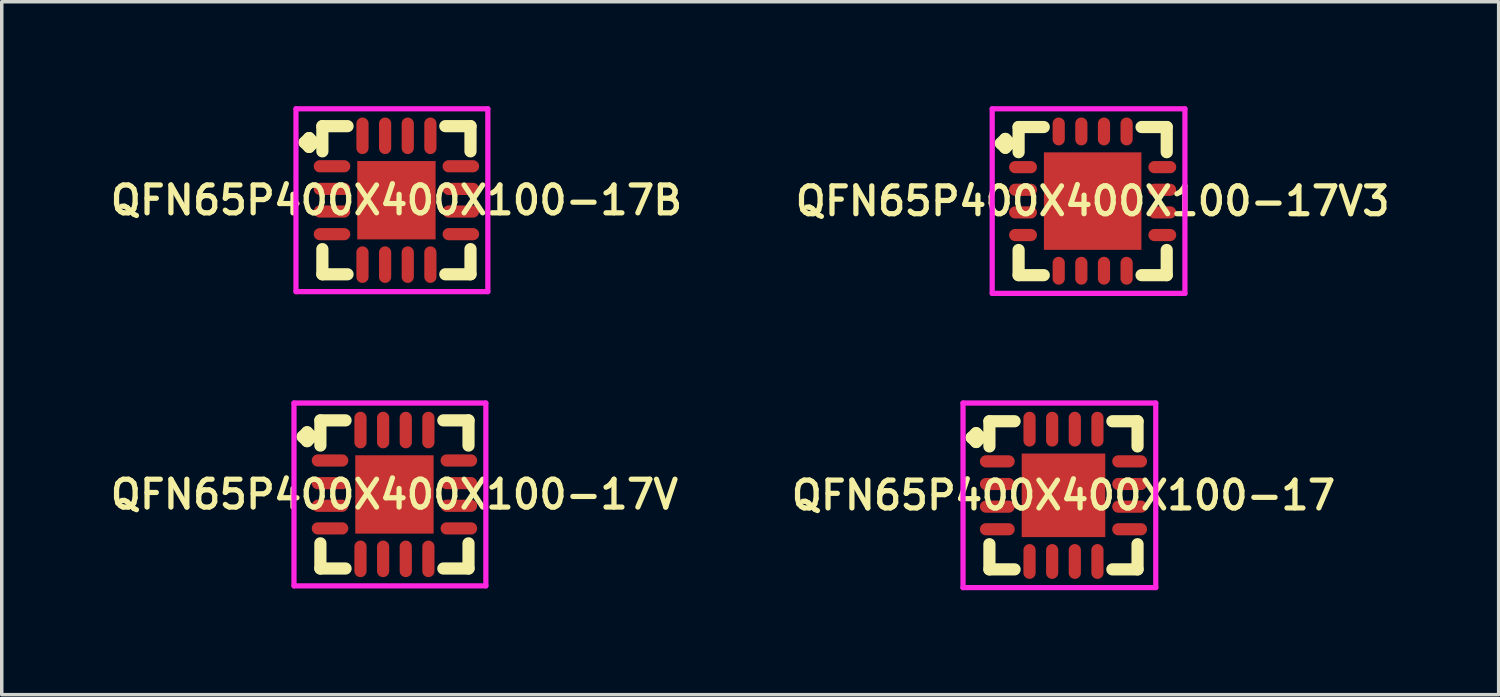
<source format=kicad_pcb>
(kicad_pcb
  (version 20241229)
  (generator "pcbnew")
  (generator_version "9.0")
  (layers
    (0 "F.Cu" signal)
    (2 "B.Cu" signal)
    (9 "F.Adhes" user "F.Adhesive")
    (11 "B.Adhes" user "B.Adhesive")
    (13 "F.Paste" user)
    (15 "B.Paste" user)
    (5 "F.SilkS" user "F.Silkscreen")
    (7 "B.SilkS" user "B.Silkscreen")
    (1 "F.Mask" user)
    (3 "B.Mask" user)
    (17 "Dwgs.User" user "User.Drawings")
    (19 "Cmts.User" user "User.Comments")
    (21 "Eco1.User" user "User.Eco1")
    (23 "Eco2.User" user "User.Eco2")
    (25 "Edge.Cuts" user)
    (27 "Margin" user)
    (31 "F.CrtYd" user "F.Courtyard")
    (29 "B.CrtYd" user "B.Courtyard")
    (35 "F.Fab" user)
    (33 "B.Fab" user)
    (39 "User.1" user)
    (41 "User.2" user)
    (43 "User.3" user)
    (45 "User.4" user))
  (footprint "QFN65P400X400X100-17V"
    (layer "F.Cu")
    (at 8.278 11.15)
    (property "Reference" "QFN65P400X400X100-17V" (at 0 0 0) (layer "F.SilkS") (effects (font (size 0.8 0.8) (thickness 0.15))))
    (attr smd)
    (fp_line (start -2.635 -1.658) (end -2.508 -1.785) (stroke (width 0.35) (type solid)) (layer "F.SilkS"))
    (fp_line (start -2.508 -1.785) (end -2.381 -1.658) (stroke (width 0.35) (type solid)) (layer "F.SilkS"))
    (fp_line (start -2.508 -1.531) (end -2.635 -1.658) (stroke (width 0.35) (type solid)) (layer "F.SilkS"))
    (fp_line (start -2.381 -1.658) (end -2.508 -1.531) (stroke (width 0.35) (type solid)) (layer "F.SilkS"))
    (fp_line (start -2.127 -2.127) (end -1.404 -2.127) (stroke (width 0.35) (type solid)) (layer "F.SilkS"))
    (fp_line (start -2.127 -1.404) (end -2.127 -2.127) (stroke (width 0.35) (type solid)) (layer "F.SilkS"))
    (fp_line (start -2.127 1.404) (end -2.127 2.127) (stroke (width 0.35) (type solid)) (layer "F.SilkS"))
    (fp_line (start -2.127 2.127) (end -1.404 2.127) (stroke (width 0.35) (type solid)) (layer "F.SilkS"))
    (fp_line (start 1.404 -2.127) (end 2.127 -2.127) (stroke (width 0.35) (type solid)) (layer "F.SilkS"))
    (fp_line (start 1.404 2.127) (end 2.127 2.127) (stroke (width 0.35) (type solid)) (layer "F.SilkS"))
    (fp_line (start 2.127 -2.127) (end 2.127 -1.404) (stroke (width 0.35) (type solid)) (layer "F.SilkS"))
    (fp_line (start 2.127 2.127) (end 2.127 1.404) (stroke (width 0.35) (type solid)) (layer "F.SilkS"))
    (fp_line (start -2.885 -2.625) (end 2.625 -2.625) (stroke (width 0.15) (type solid)) (layer "F.CrtYd"))
    (fp_line (start -2.885 2.625) (end -2.885 -2.625) (stroke (width 0.15) (type solid)) (layer "F.CrtYd"))
    (fp_line (start 2.625 -2.625) (end 2.625 2.625) (stroke (width 0.15) (type solid)) (layer "F.CrtYd"))
    (fp_line (start 2.625 2.625) (end -2.885 2.625) (stroke (width 0.15) (type solid)) (layer "F.CrtYd"))
    (pad "1" smd oval (at -1.85 -0.975) (size 1.05 0.35) (layers "F.Cu" "F.Mask" "F.Paste"))
    (pad "2" smd oval (at -1.85 -0.325) (size 1.05 0.35) (layers "F.Cu" "F.Mask" "F.Paste"))
    (pad "3" smd oval (at -1.85 0.325) (size 1.05 0.35) (layers "F.Cu" "F.Mask" "F.Paste"))
    (pad "4" smd oval (at -1.85 0.975) (size 1.05 0.35) (layers "F.Cu" "F.Mask" "F.Paste"))
    (pad "5" smd oval (at -0.975 1.85) (size 0.35 1.05) (layers "F.Cu" "F.Mask" "F.Paste"))
    (pad "6" smd oval (at -0.325 1.85) (size 0.35 1.05) (layers "F.Cu" "F.Mask" "F.Paste"))
    (pad "7" smd oval (at 0.325 1.85) (size 0.35 1.05) (layers "F.Cu" "F.Mask" "F.Paste"))
    (pad "8" smd oval (at 0.975 1.85) (size 0.35 1.05) (layers "F.Cu" "F.Mask" "F.Paste"))
    (pad "9" smd oval (at 1.85 0.975) (size 1.05 0.35) (layers "F.Cu" "F.Mask" "F.Paste"))
    (pad "10" smd oval (at 1.85 0.325) (size 1.05 0.35) (layers "F.Cu" "F.Mask" "F.Paste"))
    (pad "11" smd oval (at 1.85 -0.325) (size 1.05 0.35) (layers "F.Cu" "F.Mask" "F.Paste"))
    (pad "12" smd oval (at 1.85 -0.975) (size 1.05 0.35) (layers "F.Cu" "F.Mask" "F.Paste"))
    (pad "13" smd oval (at 0.975 -1.85) (size 0.35 1.05) (layers "F.Cu" "F.Mask" "F.Paste"))
    (pad "14" smd oval (at 0.325 -1.85) (size 0.35 1.05) (layers "F.Cu" "F.Mask" "F.Paste"))
    (pad "15" smd oval (at -0.325 -1.85) (size 0.35 1.05) (layers "F.Cu" "F.Mask" "F.Paste"))
    (pad "16" smd oval (at -0.975 -1.85) (size 0.35 1.05) (layers "F.Cu" "F.Mask" "F.Paste"))
    (pad "17" smd rect (at 0 0) (size 2.25 2.25) (layers "F.Cu" "F.Mask" "F.Paste")))
  (footprint "QFN65P400X400X100-17V3"
    (layer "F.Cu")
    (at 28.33 2.725)
    (property "Reference" "QFN65P400X400X100-17V3" (at 0 0 0) (layer "F.SilkS") (effects (font (size 0.8 0.8) (thickness 0.15))))
    (attr through_hole)
    (fp_line (start -2.635 -1.658) (end -2.508 -1.785) (stroke (width 0.35) (type solid)) (layer "F.SilkS"))
    (fp_line (start -2.508 -1.785) (end -2.381 -1.658) (stroke (width 0.35) (type solid)) (layer "F.SilkS"))
    (fp_line (start -2.508 -1.531) (end -2.635 -1.658) (stroke (width 0.35) (type solid)) (layer "F.SilkS"))
    (fp_line (start -2.381 -1.658) (end -2.508 -1.531) (stroke (width 0.35) (type solid)) (layer "F.SilkS"))
    (fp_line (start -2.127 -2.127) (end -1.404 -2.127) (stroke (width 0.35) (type solid)) (layer "F.SilkS"))
    (fp_line (start -2.127 -1.404) (end -2.127 -2.127) (stroke (width 0.35) (type solid)) (layer "F.SilkS"))
    (fp_line (start -2.127 1.404) (end -2.127 2.127) (stroke (width 0.35) (type solid)) (layer "F.SilkS"))
    (fp_line (start -2.127 2.127) (end -1.404 2.127) (stroke (width 0.35) (type solid)) (layer "F.SilkS"))
    (fp_line (start 1.404 -2.127) (end 2.127 -2.127) (stroke (width 0.35) (type solid)) (layer "F.SilkS"))
    (fp_line (start 1.404 2.127) (end 2.127 2.127) (stroke (width 0.35) (type solid)) (layer "F.SilkS"))
    (fp_line (start 2.127 -2.127) (end 2.127 -1.404) (stroke (width 0.35) (type solid)) (layer "F.SilkS"))
    (fp_line (start 2.127 2.127) (end 2.127 1.404) (stroke (width 0.35) (type solid)) (layer "F.SilkS"))
    (fp_line (start -2.885 -2.65) (end 2.65 -2.65) (stroke (width 0.15) (type solid)) (layer "F.CrtYd"))
    (fp_line (start -2.885 2.65) (end -2.885 -2.65) (stroke (width 0.15) (type solid)) (layer "F.CrtYd"))
    (fp_line (start 2.65 -2.65) (end 2.65 2.65) (stroke (width 0.15) (type solid)) (layer "F.CrtYd"))
    (fp_line (start 2.65 2.65) (end -2.885 2.65) (stroke (width 0.15) (type solid)) (layer "F.CrtYd"))
    (pad "1" smd oval (at -2 -0.975) (size 0.8 0.35) (layers "F.Cu" "F.Mask" "F.Paste"))
    (pad "2" smd oval (at -2 -0.325) (size 0.8 0.35) (layers "F.Cu" "F.Mask" "F.Paste"))
    (pad "3" smd oval (at -2 0.325) (size 0.8 0.35) (layers "F.Cu" "F.Mask" "F.Paste"))
    (pad "4" smd oval (at -2 0.975) (size 0.8 0.35) (layers "F.Cu" "F.Mask" "F.Paste"))
    (pad "5" smd oval (at -0.975 2) (size 0.35 0.8) (layers "F.Cu" "F.Mask" "F.Paste"))
    (pad "6" smd oval (at -0.325 2) (size 0.35 0.8) (layers "F.Cu" "F.Mask" "F.Paste"))
    (pad "7" smd oval (at 0.325 2) (size 0.35 0.8) (layers "F.Cu" "F.Mask" "F.Paste"))
    (pad "8" smd oval (at 0.975 2) (size 0.35 0.8) (layers "F.Cu" "F.Mask" "F.Paste"))
    (pad "9" smd oval (at 2 0.975) (size 0.8 0.35) (layers "F.Cu" "F.Mask" "F.Paste"))
    (pad "10" smd oval (at 2 0.325) (size 0.8 0.35) (layers "F.Cu" "F.Mask" "F.Paste"))
    (pad "11" smd oval (at 2 -0.325) (size 0.8 0.35) (layers "F.Cu" "F.Mask" "F.Paste"))
    (pad "12" smd oval (at 2 -0.975) (size 0.8 0.35) (layers "F.Cu" "F.Mask" "F.Paste"))
    (pad "13" smd oval (at 0.975 -2) (size 0.35 0.8) (layers "F.Cu" "F.Mask" "F.Paste"))
    (pad "14" smd oval (at 0.325 -2) (size 0.35 0.8) (layers "F.Cu" "F.Mask" "F.Paste"))
    (pad "15" smd oval (at -0.325 -2) (size 0.35 0.8) (layers "F.Cu" "F.Mask" "F.Paste"))
    (pad "16" smd oval (at -0.975 -2) (size 0.35 0.8) (layers "F.Cu" "F.Mask" "F.Paste"))
    (pad "17" smd rect (at 0 0) (size 2.8 2.8) (layers "F.Cu" "F.Mask" "F.Paste")))
  (footprint "QFN65P400X400X100-17"
    (layer "F.Cu")
    (at 27.492 11.175)
    (property "Reference" "QFN65P400X400X100-17" (at 0 0 0) (layer "F.SilkS") (effects (font (size 0.8 0.8) (thickness 0.15))))
    (attr smd)
    (fp_line (start -2.635 -1.658) (end -2.508 -1.785) (stroke (width 0.35) (type solid)) (layer "F.SilkS"))
    (fp_line (start -2.508 -1.785) (end -2.381 -1.658) (stroke (width 0.35) (type solid)) (layer "F.SilkS"))
    (fp_line (start -2.508 -1.531) (end -2.635 -1.658) (stroke (width 0.35) (type solid)) (layer "F.SilkS"))
    (fp_line (start -2.381 -1.658) (end -2.508 -1.531) (stroke (width 0.35) (type solid)) (layer "F.SilkS"))
    (fp_line (start -2.127 -2.127) (end -1.404 -2.127) (stroke (width 0.35) (type solid)) (layer "F.SilkS"))
    (fp_line (start -2.127 -1.404) (end -2.127 -2.127) (stroke (width 0.35) (type solid)) (layer "F.SilkS"))
    (fp_line (start -2.127 1.404) (end -2.127 2.127) (stroke (width 0.35) (type solid)) (layer "F.SilkS"))
    (fp_line (start -2.127 2.127) (end -1.404 2.127) (stroke (width 0.35) (type solid)) (layer "F.SilkS"))
    (fp_line (start 1.404 -2.127) (end 2.127 -2.127) (stroke (width 0.35) (type solid)) (layer "F.SilkS"))
    (fp_line (start 1.404 2.127) (end 2.127 2.127) (stroke (width 0.35) (type solid)) (layer "F.SilkS"))
    (fp_line (start 2.127 -2.127) (end 2.127 -1.404) (stroke (width 0.35) (type solid)) (layer "F.SilkS"))
    (fp_line (start 2.127 2.127) (end 2.127 1.404) (stroke (width 0.35) (type solid)) (layer "F.SilkS"))
    (fp_line (start -2.885 -2.65) (end 2.65 -2.65) (stroke (width 0.15) (type solid)) (layer "F.CrtYd"))
    (fp_line (start -2.885 2.65) (end -2.885 -2.65) (stroke (width 0.15) (type solid)) (layer "F.CrtYd"))
    (fp_line (start 2.65 -2.65) (end 2.65 2.65) (stroke (width 0.15) (type solid)) (layer "F.CrtYd"))
    (fp_line (start 2.65 2.65) (end -2.885 2.65) (stroke (width 0.15) (type solid)) (layer "F.CrtYd"))
    (pad "1" smd oval (at -1.9 -0.975) (size 1 0.35) (layers "F.Cu" "F.Mask" "F.Paste"))
    (pad "2" smd oval (at -1.9 -0.325) (size 1 0.35) (layers "F.Cu" "F.Mask" "F.Paste"))
    (pad "3" smd oval (at -1.9 0.325) (size 1 0.35) (layers "F.Cu" "F.Mask" "F.Paste"))
    (pad "4" smd oval (at -1.9 0.975) (size 1 0.35) (layers "F.Cu" "F.Mask" "F.Paste"))
    (pad "5" smd oval (at -0.975 1.9) (size 0.35 1) (layers "F.Cu" "F.Mask" "F.Paste"))
    (pad "6" smd oval (at -0.325 1.9) (size 0.35 1) (layers "F.Cu" "F.Mask" "F.Paste"))
    (pad "7" smd oval (at 0.325 1.9) (size 0.35 1) (layers "F.Cu" "F.Mask" "F.Paste"))
    (pad "8" smd oval (at 0.975 1.9) (size 0.35 1) (layers "F.Cu" "F.Mask" "F.Paste"))
    (pad "9" smd oval (at 1.9 0.975) (size 1 0.35) (layers "F.Cu" "F.Mask" "F.Paste"))
    (pad "10" smd oval (at 1.9 0.325) (size 1 0.35) (layers "F.Cu" "F.Mask" "F.Paste"))
    (pad "11" smd oval (at 1.9 -0.325) (size 1 0.35) (layers "F.Cu" "F.Mask" "F.Paste"))
    (pad "12" smd oval (at 1.9 -0.975) (size 1 0.35) (layers "F.Cu" "F.Mask" "F.Paste"))
    (pad "13" smd oval (at 0.975 -1.9) (size 0.35 1) (layers "F.Cu" "F.Mask" "F.Paste"))
    (pad "14" smd oval (at 0.325 -1.9) (size 0.35 1) (layers "F.Cu" "F.Mask" "F.Paste"))
    (pad "15" smd oval (at -0.325 -1.9) (size 0.35 1) (layers "F.Cu" "F.Mask" "F.Paste"))
    (pad "16" smd oval (at -0.975 -1.9) (size 0.35 1) (layers "F.Cu" "F.Mask" "F.Paste"))
    (pad "17" smd rect (at 0 0) (size 2.4 2.4) (layers "F.Cu" "F.Mask" "F.Paste")))
  (footprint "QFN65P400X400X100-17B"
    (layer "F.Cu")
    (at 8.335 2.7)
    (property "Reference" "QFN65P400X400X100-17B" (at 0 0 0) (layer "F.SilkS") (effects (font (size 0.8 0.8) (thickness 0.15))))
    (attr smd)
    (fp_line (start -2.635 -1.658) (end -2.508 -1.785) (stroke (width 0.35) (type solid)) (layer "F.SilkS"))
    (fp_line (start -2.508 -1.785) (end -2.381 -1.658) (stroke (width 0.35) (type solid)) (layer "F.SilkS"))
    (fp_line (start -2.508 -1.531) (end -2.635 -1.658) (stroke (width 0.35) (type solid)) (layer "F.SilkS"))
    (fp_line (start -2.381 -1.658) (end -2.508 -1.531) (stroke (width 0.35) (type solid)) (layer "F.SilkS"))
    (fp_line (start -2.127 -2.127) (end -1.404 -2.127) (stroke (width 0.35) (type solid)) (layer "F.SilkS"))
    (fp_line (start -2.127 -1.404) (end -2.127 -2.127) (stroke (width 0.35) (type solid)) (layer "F.SilkS"))
    (fp_line (start -2.127 1.404) (end -2.127 2.127) (stroke (width 0.35) (type solid)) (layer "F.SilkS"))
    (fp_line (start -2.127 2.127) (end -1.404 2.127) (stroke (width 0.35) (type solid)) (layer "F.SilkS"))
    (fp_line (start 1.404 -2.127) (end 2.127 -2.127) (stroke (width 0.35) (type solid)) (layer "F.SilkS"))
    (fp_line (start 1.404 2.127) (end 2.127 2.127) (stroke (width 0.35) (type solid)) (layer "F.SilkS"))
    (fp_line (start 2.127 -2.127) (end 2.127 -1.404) (stroke (width 0.35) (type solid)) (layer "F.SilkS"))
    (fp_line (start 2.127 2.127) (end 2.127 1.404) (stroke (width 0.35) (type solid)) (layer "F.SilkS"))
    (fp_line (start -2.885 -2.625) (end 2.625 -2.625) (stroke (width 0.15) (type solid)) (layer "F.CrtYd"))
    (fp_line (start -2.885 2.625) (end -2.885 -2.625) (stroke (width 0.15) (type solid)) (layer "F.CrtYd"))
    (fp_line (start 2.625 -2.625) (end 2.625 2.625) (stroke (width 0.15) (type solid)) (layer "F.CrtYd"))
    (fp_line (start 2.625 2.625) (end -2.885 2.625) (stroke (width 0.15) (type solid)) (layer "F.CrtYd"))
    (pad "1" smd oval (at -1.85 -0.975) (size 1.05 0.35) (layers "F.Cu" "F.Mask" "F.Paste"))
    (pad "2" smd oval (at -1.85 -0.325) (size 1.05 0.35) (layers "F.Cu" "F.Mask" "F.Paste"))
    (pad "3" smd oval (at -1.85 0.325) (size 1.05 0.35) (layers "F.Cu" "F.Mask" "F.Paste"))
    (pad "4" smd oval (at -1.85 0.975) (size 1.05 0.35) (layers "F.Cu" "F.Mask" "F.Paste"))
    (pad "5" smd oval (at -0.975 1.85) (size 0.35 1.05) (layers "F.Cu" "F.Mask" "F.Paste"))
    (pad "6" smd oval (at -0.325 1.85) (size 0.35 1.05) (layers "F.Cu" "F.Mask" "F.Paste"))
    (pad "7" smd oval (at 0.325 1.85) (size 0.35 1.05) (layers "F.Cu" "F.Mask" "F.Paste"))
    (pad "8" smd oval (at 0.975 1.85) (size 0.35 1.05) (layers "F.Cu" "F.Mask" "F.Paste"))
    (pad "9" smd oval (at 1.85 0.975) (size 1.05 0.35) (layers "F.Cu" "F.Mask" "F.Paste"))
    (pad "10" smd oval (at 1.85 0.325) (size 1.05 0.35) (layers "F.Cu" "F.Mask" "F.Paste"))
    (pad "11" smd oval (at 1.85 -0.325) (size 1.05 0.35) (layers "F.Cu" "F.Mask" "F.Paste"))
    (pad "12" smd oval (at 1.85 -0.975) (size 1.05 0.35) (layers "F.Cu" "F.Mask" "F.Paste"))
    (pad "13" smd oval (at 0.975 -1.85) (size 0.35 1.05) (layers "F.Cu" "F.Mask" "F.Paste"))
    (pad "14" smd oval (at 0.325 -1.85) (size 0.35 1.05) (layers "F.Cu" "F.Mask" "F.Paste"))
    (pad "15" smd oval (at -0.325 -1.85) (size 0.35 1.05) (layers "F.Cu" "F.Mask" "F.Paste"))
    (pad "16" smd oval (at -0.975 -1.85) (size 0.35 1.05) (layers "F.Cu" "F.Mask" "F.Paste"))
    (pad "17" smd rect (at 0 0) (size 2.25 2.25) (layers "F.Cu" "F.Mask" "F.Paste")))
  (gr_rect
    (start -3 -3)
    (end 39.99 16.9)
    (stroke (width 0.1) (type default))
    (fill no)
    (layer "Edge.Cuts")))
</source>
